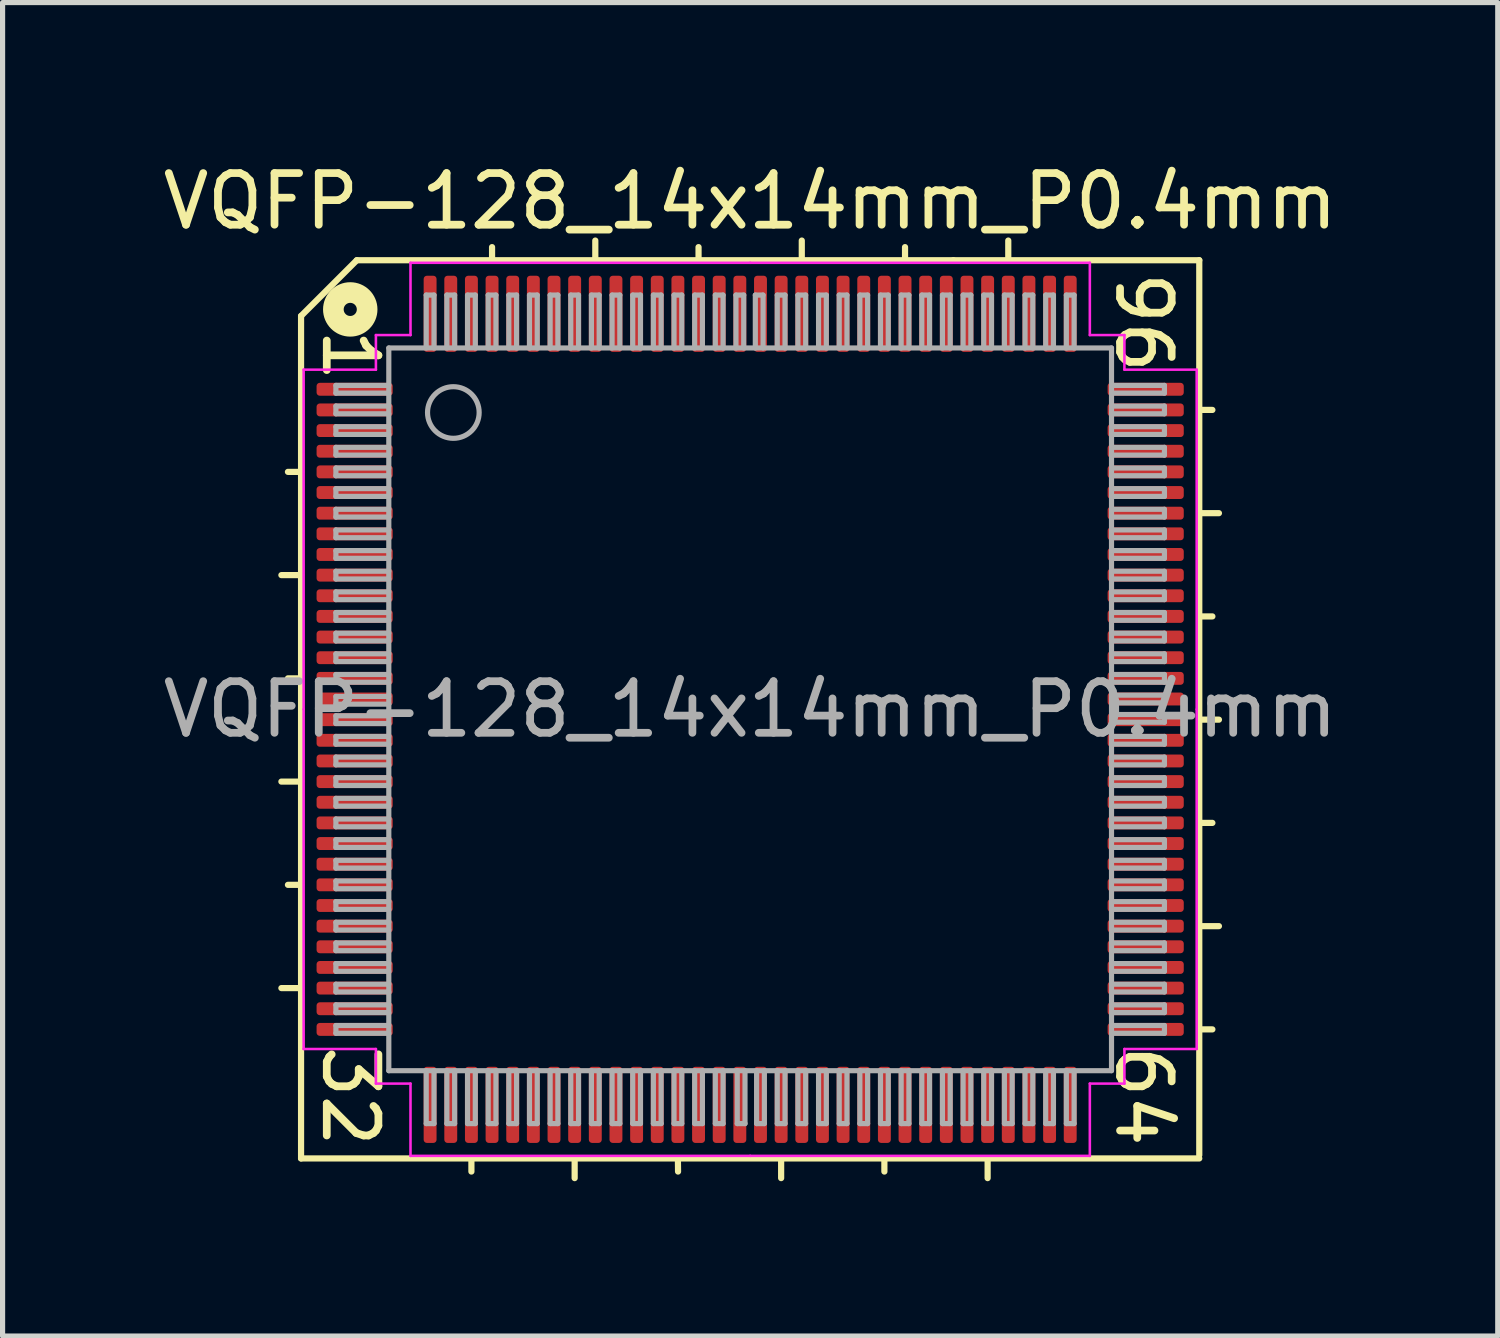
<source format=kicad_pcb>
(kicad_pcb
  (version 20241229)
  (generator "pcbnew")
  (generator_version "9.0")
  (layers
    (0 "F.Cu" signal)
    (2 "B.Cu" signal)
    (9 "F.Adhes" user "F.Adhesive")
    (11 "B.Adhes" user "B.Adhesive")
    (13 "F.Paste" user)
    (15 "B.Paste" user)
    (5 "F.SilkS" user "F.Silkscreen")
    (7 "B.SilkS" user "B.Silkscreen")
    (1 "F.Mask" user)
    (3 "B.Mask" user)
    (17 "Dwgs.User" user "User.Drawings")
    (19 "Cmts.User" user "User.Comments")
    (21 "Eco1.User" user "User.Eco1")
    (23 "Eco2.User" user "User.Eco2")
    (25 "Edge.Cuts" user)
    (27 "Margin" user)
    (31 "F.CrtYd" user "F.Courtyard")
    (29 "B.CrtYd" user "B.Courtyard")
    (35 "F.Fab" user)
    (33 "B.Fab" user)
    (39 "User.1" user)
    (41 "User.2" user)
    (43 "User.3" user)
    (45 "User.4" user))
  (footprint "VQFP-128_14x14mm_P0.4mm"
    (layer "F.Cu")
    (at 11.482 10.691)
    (property "Reference" "VQFP-128_14x14mm_P0.4mm" (at 0 -9.843 0) (layer "F.SilkS") (effects (font (size 1 1) (thickness 0.15))))
    (attr smd)
    (fp_line (start -8.7 -7.62) (end -8.7 8.7) (stroke (width 0.12) (type solid)) (layer "F.SilkS"))
    (fp_line (start -8.7 -4.6) (end -8.954 -4.6) (stroke (width 0.12) (type solid)) (layer "F.SilkS"))
    (fp_line (start -8.7 -2.6) (end -9.081 -2.6) (stroke (width 0.12) (type solid)) (layer "F.SilkS"))
    (fp_line (start -8.7 -0.6) (end -8.954 -0.6) (stroke (width 0.12) (type solid)) (layer "F.SilkS"))
    (fp_line (start -8.7 1.4) (end -9.081 1.4) (stroke (width 0.12) (type solid)) (layer "F.SilkS"))
    (fp_line (start -8.7 3.4) (end -8.954 3.4) (stroke (width 0.12) (type solid)) (layer "F.SilkS"))
    (fp_line (start -8.7 5.4) (end -9.081 5.4) (stroke (width 0.12) (type solid)) (layer "F.SilkS"))
    (fp_line (start -8.7 8.7) (end 8.7 8.7) (stroke (width 0.12) (type solid)) (layer "F.SilkS"))
    (fp_line (start -7.62 -8.7) (end -8.7 -7.62) (stroke (width 0.12) (type solid)) (layer "F.SilkS"))
    (fp_line (start -7.62 -8.7) (end 3.937 -8.7) (stroke (width 0.12) (type solid)) (layer "F.SilkS"))
    (fp_line (start -5.4 8.7) (end -5.4 8.954) (stroke (width 0.12) (type solid)) (layer "F.SilkS"))
    (fp_line (start -5 -8.7) (end -5 -8.954) (stroke (width 0.12) (type solid)) (layer "F.SilkS"))
    (fp_line (start -3.4 8.7) (end -3.4 9.081) (stroke (width 0.12) (type solid)) (layer "F.SilkS"))
    (fp_line (start -3 -8.7) (end -3 -9.081) (stroke (width 0.12) (type solid)) (layer "F.SilkS"))
    (fp_line (start -1.4 8.7) (end -1.397 8.954) (stroke (width 0.12) (type solid)) (layer "F.SilkS"))
    (fp_line (start -1 -8.7) (end -1 -8.954) (stroke (width 0.12) (type solid)) (layer "F.SilkS"))
    (fp_line (start 0.6 8.7) (end 0.6 9.081) (stroke (width 0.12) (type solid)) (layer "F.SilkS"))
    (fp_line (start 1 -8.7) (end 1 -9.081) (stroke (width 0.12) (type solid)) (layer "F.SilkS"))
    (fp_line (start 2.6 8.7) (end 2.6 8.954) (stroke (width 0.12) (type solid)) (layer "F.SilkS"))
    (fp_line (start 3 -8.7) (end 3 -8.954) (stroke (width 0.12) (type solid)) (layer "F.SilkS"))
    (fp_line (start 4.6 8.7) (end 4.6 9.081) (stroke (width 0.12) (type solid)) (layer "F.SilkS"))
    (fp_line (start 5 -8.7) (end 5 -9.081) (stroke (width 0.12) (type solid)) (layer "F.SilkS"))
    (fp_line (start 8.7 -8.7) (end 3.937 -8.7) (stroke (width 0.12) (type solid)) (layer "F.SilkS"))
    (fp_line (start 8.7 -5.8) (end 8.954 -5.8) (stroke (width 0.12) (type solid)) (layer "F.SilkS"))
    (fp_line (start 8.7 -3.8) (end 9.081 -3.8) (stroke (width 0.12) (type solid)) (layer "F.SilkS"))
    (fp_line (start 8.7 -1.8) (end 8.954 -1.8) (stroke (width 0.12) (type solid)) (layer "F.SilkS"))
    (fp_line (start 8.7 0.2) (end 9.081 0.2) (stroke (width 0.12) (type solid)) (layer "F.SilkS"))
    (fp_line (start 8.7 2.2) (end 8.954 2.2) (stroke (width 0.12) (type solid)) (layer "F.SilkS"))
    (fp_line (start 8.7 4.2) (end 9.081 4.2) (stroke (width 0.12) (type solid)) (layer "F.SilkS"))
    (fp_line (start 8.7 6.2) (end 8.954 6.2) (stroke (width 0.12) (type solid)) (layer "F.SilkS"))
    (fp_line (start 8.7 8.636) (end 8.7 -8.7) (stroke (width 0.12) (type solid)) (layer "F.SilkS"))
    (fp_circle (center -7.747 -7.747) (end -7.62 -7.747) (stroke (width 0.4) (type solid)) (fill no) (layer "F.SilkS"))
    (fp_line (start -8.65 -6.58) (end -8.65 0) (stroke (width 0.05) (type solid)) (layer "F.CrtYd"))
    (fp_line (start -8.65 6.58) (end -8.65 0) (stroke (width 0.05) (type solid)) (layer "F.CrtYd"))
    (fp_line (start -7.25 -7.25) (end -7.25 -6.58) (stroke (width 0.05) (type solid)) (layer "F.CrtYd"))
    (fp_line (start -7.25 -6.58) (end -8.65 -6.58) (stroke (width 0.05) (type solid)) (layer "F.CrtYd"))
    (fp_line (start -7.25 6.58) (end -8.65 6.58) (stroke (width 0.05) (type solid)) (layer "F.CrtYd"))
    (fp_line (start -7.25 7.25) (end -7.25 6.58) (stroke (width 0.05) (type solid)) (layer "F.CrtYd"))
    (fp_line (start -6.58 -8.65) (end -6.58 -7.25) (stroke (width 0.05) (type solid)) (layer "F.CrtYd"))
    (fp_line (start -6.58 -7.25) (end -7.25 -7.25) (stroke (width 0.05) (type solid)) (layer "F.CrtYd"))
    (fp_line (start -6.58 7.25) (end -7.25 7.25) (stroke (width 0.05) (type solid)) (layer "F.CrtYd"))
    (fp_line (start -6.58 8.65) (end -6.58 7.25) (stroke (width 0.05) (type solid)) (layer "F.CrtYd"))
    (fp_line (start 0 -8.65) (end -6.58 -8.65) (stroke (width 0.05) (type solid)) (layer "F.CrtYd"))
    (fp_line (start 0 -8.65) (end 6.58 -8.65) (stroke (width 0.05) (type solid)) (layer "F.CrtYd"))
    (fp_line (start 0 8.65) (end -6.58 8.65) (stroke (width 0.05) (type solid)) (layer "F.CrtYd"))
    (fp_line (start 0 8.65) (end 6.58 8.65) (stroke (width 0.05) (type solid)) (layer "F.CrtYd"))
    (fp_line (start 6.58 -8.65) (end 6.58 -7.25) (stroke (width 0.05) (type solid)) (layer "F.CrtYd"))
    (fp_line (start 6.58 -7.25) (end 7.25 -7.25) (stroke (width 0.05) (type solid)) (layer "F.CrtYd"))
    (fp_line (start 6.58 7.25) (end 7.25 7.25) (stroke (width 0.05) (type solid)) (layer "F.CrtYd"))
    (fp_line (start 6.58 8.65) (end 6.58 7.25) (stroke (width 0.05) (type solid)) (layer "F.CrtYd"))
    (fp_line (start 7.25 -7.25) (end 7.25 -6.58) (stroke (width 0.05) (type solid)) (layer "F.CrtYd"))
    (fp_line (start 7.25 -6.58) (end 8.65 -6.58) (stroke (width 0.05) (type solid)) (layer "F.CrtYd"))
    (fp_line (start 7.25 6.58) (end 8.65 6.58) (stroke (width 0.05) (type solid)) (layer "F.CrtYd"))
    (fp_line (start 7.25 7.25) (end 7.25 6.58) (stroke (width 0.05) (type solid)) (layer "F.CrtYd"))
    (fp_line (start 8.65 -6.58) (end 8.65 0) (stroke (width 0.05) (type solid)) (layer "F.CrtYd"))
    (fp_line (start 8.65 6.58) (end 8.65 0) (stroke (width 0.05) (type solid)) (layer "F.CrtYd"))
    (fp_line (start -8.025 -6.275) (end -8.025 -6.125) (stroke (width 0.1) (type solid)) (layer "F.Fab"))
    (fp_line (start -8.025 -6.275) (end -7 -6.275) (stroke (width 0.1) (type solid)) (layer "F.Fab"))
    (fp_line (start -8.025 -6.125) (end -7 -6.125) (stroke (width 0.1) (type solid)) (layer "F.Fab"))
    (fp_line (start -8.025 -5.875) (end -8.025 -5.725) (stroke (width 0.1) (type solid)) (layer "F.Fab"))
    (fp_line (start -8.025 -5.875) (end -7 -5.875) (stroke (width 0.1) (type solid)) (layer "F.Fab"))
    (fp_line (start -8.025 -5.725) (end -7 -5.725) (stroke (width 0.1) (type solid)) (layer "F.Fab"))
    (fp_line (start -8.025 -5.475) (end -8.025 -5.325) (stroke (width 0.1) (type solid)) (layer "F.Fab"))
    (fp_line (start -8.025 -5.475) (end -7 -5.475) (stroke (width 0.1) (type solid)) (layer "F.Fab"))
    (fp_line (start -8.025 -5.325) (end -7 -5.325) (stroke (width 0.1) (type solid)) (layer "F.Fab"))
    (fp_line (start -8.025 -5.075) (end -8.025 -4.925) (stroke (width 0.1) (type solid)) (layer "F.Fab"))
    (fp_line (start -8.025 -5.075) (end -7 -5.075) (stroke (width 0.1) (type solid)) (layer "F.Fab"))
    (fp_line (start -8.025 -4.925) (end -7 -4.925) (stroke (width 0.1) (type solid)) (layer "F.Fab"))
    (fp_line (start -8.025 -4.675) (end -8.025 -4.525) (stroke (width 0.1) (type solid)) (layer "F.Fab"))
    (fp_line (start -8.025 -4.675) (end -7 -4.675) (stroke (width 0.1) (type solid)) (layer "F.Fab"))
    (fp_line (start -8.025 -4.525) (end -7 -4.525) (stroke (width 0.1) (type solid)) (layer "F.Fab"))
    (fp_line (start -8.025 -4.275) (end -8.025 -4.125) (stroke (width 0.1) (type solid)) (layer "F.Fab"))
    (fp_line (start -8.025 -4.275) (end -7 -4.275) (stroke (width 0.1) (type solid)) (layer "F.Fab"))
    (fp_line (start -8.025 -4.125) (end -7 -4.125) (stroke (width 0.1) (type solid)) (layer "F.Fab"))
    (fp_line (start -8.025 -3.875) (end -8.025 -3.725) (stroke (width 0.1) (type solid)) (layer "F.Fab"))
    (fp_line (start -8.025 -3.875) (end -7 -3.875) (stroke (width 0.1) (type solid)) (layer "F.Fab"))
    (fp_line (start -8.025 -3.725) (end -7 -3.725) (stroke (width 0.1) (type solid)) (layer "F.Fab"))
    (fp_line (start -8.025 -3.475) (end -8.025 -3.325) (stroke (width 0.1) (type solid)) (layer "F.Fab"))
    (fp_line (start -8.025 -3.475) (end -7 -3.475) (stroke (width 0.1) (type solid)) (layer "F.Fab"))
    (fp_line (start -8.025 -3.325) (end -7 -3.325) (stroke (width 0.1) (type solid)) (layer "F.Fab"))
    (fp_line (start -8.025 -3.075) (end -8.025 -2.925) (stroke (width 0.1) (type solid)) (layer "F.Fab"))
    (fp_line (start -8.025 -3.075) (end -7 -3.075) (stroke (width 0.1) (type solid)) (layer "F.Fab"))
    (fp_line (start -8.025 -2.925) (end -7 -2.925) (stroke (width 0.1) (type solid)) (layer "F.Fab"))
    (fp_line (start -8.025 -2.675) (end -8.025 -2.525) (stroke (width 0.1) (type solid)) (layer "F.Fab"))
    (fp_line (start -8.025 -2.675) (end -7 -2.675) (stroke (width 0.1) (type solid)) (layer "F.Fab"))
    (fp_line (start -8.025 -2.525) (end -7 -2.525) (stroke (width 0.1) (type solid)) (layer "F.Fab"))
    (fp_line (start -8.025 -2.275) (end -8.025 -2.125) (stroke (width 0.1) (type solid)) (layer "F.Fab"))
    (fp_line (start -8.025 -2.275) (end -7 -2.275) (stroke (width 0.1) (type solid)) (layer "F.Fab"))
    (fp_line (start -8.025 -2.125) (end -7 -2.125) (stroke (width 0.1) (type solid)) (layer "F.Fab"))
    (fp_line (start -8.025 -1.875) (end -8.025 -1.725) (stroke (width 0.1) (type solid)) (layer "F.Fab"))
    (fp_line (start -8.025 -1.875) (end -7 -1.875) (stroke (width 0.1) (type solid)) (layer "F.Fab"))
    (fp_line (start -8.025 -1.725) (end -7 -1.725) (stroke (width 0.1) (type solid)) (layer "F.Fab"))
    (fp_line (start -8.025 -1.475) (end -8.025 -1.325) (stroke (width 0.1) (type solid)) (layer "F.Fab"))
    (fp_line (start -8.025 -1.475) (end -7 -1.475) (stroke (width 0.1) (type solid)) (layer "F.Fab"))
    (fp_line (start -8.025 -1.325) (end -7 -1.325) (stroke (width 0.1) (type solid)) (layer "F.Fab"))
    (fp_line (start -8.025 -1.075) (end -8.025 -0.925) (stroke (width 0.1) (type solid)) (layer "F.Fab"))
    (fp_line (start -8.025 -1.075) (end -7 -1.075) (stroke (width 0.1) (type solid)) (layer "F.Fab"))
    (fp_line (start -8.025 -0.925) (end -7 -0.925) (stroke (width 0.1) (type solid)) (layer "F.Fab"))
    (fp_line (start -8.025 -0.675) (end -8.025 -0.525) (stroke (width 0.1) (type solid)) (layer "F.Fab"))
    (fp_line (start -8.025 -0.675) (end -7 -0.675) (stroke (width 0.1) (type solid)) (layer "F.Fab"))
    (fp_line (start -8.025 -0.525) (end -7 -0.525) (stroke (width 0.1) (type solid)) (layer "F.Fab"))
    (fp_line (start -8.025 -0.25) (end -8.025 -0.1) (stroke (width 0.1) (type solid)) (layer "F.Fab"))
    (fp_line (start -8.025 -0.25) (end -7 -0.25) (stroke (width 0.1) (type solid)) (layer "F.Fab"))
    (fp_line (start -8.025 -0.1) (end -7 -0.1) (stroke (width 0.1) (type solid)) (layer "F.Fab"))
    (fp_line (start -8.025 0.125) (end -8.025 0.275) (stroke (width 0.1) (type solid)) (layer "F.Fab"))
    (fp_line (start -8.025 0.125) (end -7 0.125) (stroke (width 0.1) (type solid)) (layer "F.Fab"))
    (fp_line (start -8.025 0.275) (end -7 0.275) (stroke (width 0.1) (type solid)) (layer "F.Fab"))
    (fp_line (start -8.025 0.525) (end -8.025 0.675) (stroke (width 0.1) (type solid)) (layer "F.Fab"))
    (fp_line (start -8.025 0.525) (end -7 0.525) (stroke (width 0.1) (type solid)) (layer "F.Fab"))
    (fp_line (start -8.025 0.675) (end -7 0.675) (stroke (width 0.1) (type solid)) (layer "F.Fab"))
    (fp_line (start -8.025 0.925) (end -8.025 1.075) (stroke (width 0.1) (type solid)) (layer "F.Fab"))
    (fp_line (start -8.025 0.925) (end -7 0.925) (stroke (width 0.1) (type solid)) (layer "F.Fab"))
    (fp_line (start -8.025 1.075) (end -7 1.075) (stroke (width 0.1) (type solid)) (layer "F.Fab"))
    (fp_line (start -8.025 1.325) (end -8.025 1.475) (stroke (width 0.1) (type solid)) (layer "F.Fab"))
    (fp_line (start -8.025 1.325) (end -7 1.325) (stroke (width 0.1) (type solid)) (layer "F.Fab"))
    (fp_line (start -8.025 1.475) (end -7 1.475) (stroke (width 0.1) (type solid)) (layer "F.Fab"))
    (fp_line (start -8.025 1.725) (end -8.025 1.875) (stroke (width 0.1) (type solid)) (layer "F.Fab"))
    (fp_line (start -8.025 1.725) (end -7 1.725) (stroke (width 0.1) (type solid)) (layer "F.Fab"))
    (fp_line (start -8.025 1.875) (end -7 1.875) (stroke (width 0.1) (type solid)) (layer "F.Fab"))
    (fp_line (start -8.025 2.125) (end -8.025 2.275) (stroke (width 0.1) (type solid)) (layer "F.Fab"))
    (fp_line (start -8.025 2.125) (end -7 2.125) (stroke (width 0.1) (type solid)) (layer "F.Fab"))
    (fp_line (start -8.025 2.275) (end -7 2.275) (stroke (width 0.1) (type solid)) (layer "F.Fab"))
    (fp_line (start -8.025 2.525) (end -8.025 2.675) (stroke (width 0.1) (type solid)) (layer "F.Fab"))
    (fp_line (start -8.025 2.525) (end -7 2.525) (stroke (width 0.1) (type solid)) (layer "F.Fab"))
    (fp_line (start -8.025 2.675) (end -7 2.675) (stroke (width 0.1) (type solid)) (layer "F.Fab"))
    (fp_line (start -8.025 2.925) (end -8.025 3.075) (stroke (width 0.1) (type solid)) (layer "F.Fab"))
    (fp_line (start -8.025 2.925) (end -7 2.925) (stroke (width 0.1) (type solid)) (layer "F.Fab"))
    (fp_line (start -8.025 3.075) (end -7 3.075) (stroke (width 0.1) (type solid)) (layer "F.Fab"))
    (fp_line (start -8.025 3.325) (end -8.025 3.475) (stroke (width 0.1) (type solid)) (layer "F.Fab"))
    (fp_line (start -8.025 3.325) (end -7 3.325) (stroke (width 0.1) (type solid)) (layer "F.Fab"))
    (fp_line (start -8.025 3.475) (end -7 3.475) (stroke (width 0.1) (type solid)) (layer "F.Fab"))
    (fp_line (start -8.025 3.725) (end -8.025 3.875) (stroke (width 0.1) (type solid)) (layer "F.Fab"))
    (fp_line (start -8.025 3.725) (end -7 3.725) (stroke (width 0.1) (type solid)) (layer "F.Fab"))
    (fp_line (start -8.025 3.875) (end -7 3.875) (stroke (width 0.1) (type solid)) (layer "F.Fab"))
    (fp_line (start -8.025 4.125) (end -8.025 4.275) (stroke (width 0.1) (type solid)) (layer "F.Fab"))
    (fp_line (start -8.025 4.125) (end -7 4.125) (stroke (width 0.1) (type solid)) (layer "F.Fab"))
    (fp_line (start -8.025 4.275) (end -7 4.275) (stroke (width 0.1) (type solid)) (layer "F.Fab"))
    (fp_line (start -8.025 4.525) (end -8.025 4.675) (stroke (width 0.1) (type solid)) (layer "F.Fab"))
    (fp_line (start -8.025 4.525) (end -7 4.525) (stroke (width 0.1) (type solid)) (layer "F.Fab"))
    (fp_line (start -8.025 4.675) (end -7 4.675) (stroke (width 0.1) (type solid)) (layer "F.Fab"))
    (fp_line (start -8.025 4.925) (end -8.025 5.075) (stroke (width 0.1) (type solid)) (layer "F.Fab"))
    (fp_line (start -8.025 4.925) (end -7 4.925) (stroke (width 0.1) (type solid)) (layer "F.Fab"))
    (fp_line (start -8.025 5.075) (end -7 5.075) (stroke (width 0.1) (type solid)) (layer "F.Fab"))
    (fp_line (start -8.025 5.325) (end -8.025 5.475) (stroke (width 0.1) (type solid)) (layer "F.Fab"))
    (fp_line (start -8.025 5.325) (end -7 5.325) (stroke (width 0.1) (type solid)) (layer "F.Fab"))
    (fp_line (start -8.025 5.475) (end -7 5.475) (stroke (width 0.1) (type solid)) (layer "F.Fab"))
    (fp_line (start -8.025 5.725) (end -8.025 5.875) (stroke (width 0.1) (type solid)) (layer "F.Fab"))
    (fp_line (start -8.025 5.725) (end -7 5.725) (stroke (width 0.1) (type solid)) (layer "F.Fab"))
    (fp_line (start -8.025 5.875) (end -7 5.875) (stroke (width 0.1) (type solid)) (layer "F.Fab"))
    (fp_line (start -8.025 6.125) (end -8.025 6.275) (stroke (width 0.1) (type solid)) (layer "F.Fab"))
    (fp_line (start -8.025 6.125) (end -7 6.125) (stroke (width 0.1) (type solid)) (layer "F.Fab"))
    (fp_line (start -8.025 6.275) (end -7 6.275) (stroke (width 0.1) (type solid)) (layer "F.Fab"))
    (fp_line (start -7 -7) (end 7 -7) (stroke (width 0.1) (type solid)) (layer "F.Fab"))
    (fp_line (start -7 7) (end -7 -7) (stroke (width 0.1) (type solid)) (layer "F.Fab"))
    (fp_line (start -6.275 -8.025) (end -6.275 -7) (stroke (width 0.1) (type solid)) (layer "F.Fab"))
    (fp_line (start -6.275 8.025) (end -6.275 7) (stroke (width 0.1) (type solid)) (layer "F.Fab"))
    (fp_line (start -6.275 8.025) (end -6.125 8.025) (stroke (width 0.1) (type solid)) (layer "F.Fab"))
    (fp_line (start -6.125 -8.025) (end -6.275 -8.025) (stroke (width 0.1) (type solid)) (layer "F.Fab"))
    (fp_line (start -6.125 -8.025) (end -6.125 -7) (stroke (width 0.1) (type solid)) (layer "F.Fab"))
    (fp_line (start -6.125 8.025) (end -6.125 7) (stroke (width 0.1) (type solid)) (layer "F.Fab"))
    (fp_line (start -5.875 -8.025) (end -5.875 -7) (stroke (width 0.1) (type solid)) (layer "F.Fab"))
    (fp_line (start -5.875 8.025) (end -5.875 7) (stroke (width 0.1) (type solid)) (layer "F.Fab"))
    (fp_line (start -5.875 8.025) (end -5.725 8.025) (stroke (width 0.1) (type solid)) (layer "F.Fab"))
    (fp_line (start -5.725 -8.025) (end -5.875 -8.025) (stroke (width 0.1) (type solid)) (layer "F.Fab"))
    (fp_line (start -5.725 -8.025) (end -5.725 -7) (stroke (width 0.1) (type solid)) (layer "F.Fab"))
    (fp_line (start -5.725 8.025) (end -5.725 7) (stroke (width 0.1) (type solid)) (layer "F.Fab"))
    (fp_line (start -5.475 -8.025) (end -5.475 -7) (stroke (width 0.1) (type solid)) (layer "F.Fab"))
    (fp_line (start -5.475 8.025) (end -5.475 7) (stroke (width 0.1) (type solid)) (layer "F.Fab"))
    (fp_line (start -5.475 8.025) (end -5.325 8.025) (stroke (width 0.1) (type solid)) (layer "F.Fab"))
    (fp_line (start -5.325 -8.025) (end -5.475 -8.025) (stroke (width 0.1) (type solid)) (layer "F.Fab"))
    (fp_line (start -5.325 -8.025) (end -5.325 -7) (stroke (width 0.1) (type solid)) (layer "F.Fab"))
    (fp_line (start -5.325 8.025) (end -5.325 7) (stroke (width 0.1) (type solid)) (layer "F.Fab"))
    (fp_line (start -5.075 -8.025) (end -5.075 -7) (stroke (width 0.1) (type solid)) (layer "F.Fab"))
    (fp_line (start -5.075 8.025) (end -5.075 7) (stroke (width 0.1) (type solid)) (layer "F.Fab"))
    (fp_line (start -5.075 8.025) (end -4.925 8.025) (stroke (width 0.1) (type solid)) (layer "F.Fab"))
    (fp_line (start -4.925 -8.025) (end -5.075 -8.025) (stroke (width 0.1) (type solid)) (layer "F.Fab"))
    (fp_line (start -4.925 -8.025) (end -4.925 -7) (stroke (width 0.1) (type solid)) (layer "F.Fab"))
    (fp_line (start -4.925 8.025) (end -4.925 7) (stroke (width 0.1) (type solid)) (layer "F.Fab"))
    (fp_line (start -4.675 -8.025) (end -4.675 -7) (stroke (width 0.1) (type solid)) (layer "F.Fab"))
    (fp_line (start -4.675 8.025) (end -4.675 7) (stroke (width 0.1) (type solid)) (layer "F.Fab"))
    (fp_line (start -4.675 8.025) (end -4.525 8.025) (stroke (width 0.1) (type solid)) (layer "F.Fab"))
    (fp_line (start -4.525 -8.025) (end -4.675 -8.025) (stroke (width 0.1) (type solid)) (layer "F.Fab"))
    (fp_line (start -4.525 -8.025) (end -4.525 -7) (stroke (width 0.1) (type solid)) (layer "F.Fab"))
    (fp_line (start -4.525 8.025) (end -4.525 7) (stroke (width 0.1) (type solid)) (layer "F.Fab"))
    (fp_line (start -4.275 -8.025) (end -4.275 -7) (stroke (width 0.1) (type solid)) (layer "F.Fab"))
    (fp_line (start -4.275 8.025) (end -4.275 7) (stroke (width 0.1) (type solid)) (layer "F.Fab"))
    (fp_line (start -4.275 8.025) (end -4.125 8.025) (stroke (width 0.1) (type solid)) (layer "F.Fab"))
    (fp_line (start -4.125 -8.025) (end -4.275 -8.025) (stroke (width 0.1) (type solid)) (layer "F.Fab"))
    (fp_line (start -4.125 -8.025) (end -4.125 -7) (stroke (width 0.1) (type solid)) (layer "F.Fab"))
    (fp_line (start -4.125 8.025) (end -4.125 7) (stroke (width 0.1) (type solid)) (layer "F.Fab"))
    (fp_line (start -3.875 -8.025) (end -3.875 -7) (stroke (width 0.1) (type solid)) (layer "F.Fab"))
    (fp_line (start -3.875 8.025) (end -3.875 7) (stroke (width 0.1) (type solid)) (layer "F.Fab"))
    (fp_line (start -3.875 8.025) (end -3.725 8.025) (stroke (width 0.1) (type solid)) (layer "F.Fab"))
    (fp_line (start -3.725 -8.025) (end -3.875 -8.025) (stroke (width 0.1) (type solid)) (layer "F.Fab"))
    (fp_line (start -3.725 -8.025) (end -3.725 -7) (stroke (width 0.1) (type solid)) (layer "F.Fab"))
    (fp_line (start -3.725 8.025) (end -3.725 7) (stroke (width 0.1) (type solid)) (layer "F.Fab"))
    (fp_line (start -3.475 -8.025) (end -3.475 -7) (stroke (width 0.1) (type solid)) (layer "F.Fab"))
    (fp_line (start -3.475 8.025) (end -3.475 7) (stroke (width 0.1) (type solid)) (layer "F.Fab"))
    (fp_line (start -3.475 8.025) (end -3.325 8.025) (stroke (width 0.1) (type solid)) (layer "F.Fab"))
    (fp_line (start -3.325 -8.025) (end -3.475 -8.025) (stroke (width 0.1) (type solid)) (layer "F.Fab"))
    (fp_line (start -3.325 -8.025) (end -3.325 -7) (stroke (width 0.1) (type solid)) (layer "F.Fab"))
    (fp_line (start -3.325 8.025) (end -3.325 7) (stroke (width 0.1) (type solid)) (layer "F.Fab"))
    (fp_line (start -3.075 -8.025) (end -3.075 -7) (stroke (width 0.1) (type solid)) (layer "F.Fab"))
    (fp_line (start -3.075 8.025) (end -3.075 7) (stroke (width 0.1) (type solid)) (layer "F.Fab"))
    (fp_line (start -3.075 8.025) (end -2.925 8.025) (stroke (width 0.1) (type solid)) (layer "F.Fab"))
    (fp_line (start -2.925 -8.025) (end -3.075 -8.025) (stroke (width 0.1) (type solid)) (layer "F.Fab"))
    (fp_line (start -2.925 -8.025) (end -2.925 -7) (stroke (width 0.1) (type solid)) (layer "F.Fab"))
    (fp_line (start -2.925 8.025) (end -2.925 7) (stroke (width 0.1) (type solid)) (layer "F.Fab"))
    (fp_line (start -2.675 -8.025) (end -2.675 -7) (stroke (width 0.1) (type solid)) (layer "F.Fab"))
    (fp_line (start -2.675 8.025) (end -2.675 7) (stroke (width 0.1) (type solid)) (layer "F.Fab"))
    (fp_line (start -2.675 8.025) (end -2.525 8.025) (stroke (width 0.1) (type solid)) (layer "F.Fab"))
    (fp_line (start -2.525 -8.025) (end -2.675 -8.025) (stroke (width 0.1) (type solid)) (layer "F.Fab"))
    (fp_line (start -2.525 -8.025) (end -2.525 -7) (stroke (width 0.1) (type solid)) (layer "F.Fab"))
    (fp_line (start -2.525 8.025) (end -2.525 7) (stroke (width 0.1) (type solid)) (layer "F.Fab"))
    (fp_line (start -2.275 -8.025) (end -2.275 -7) (stroke (width 0.1) (type solid)) (layer "F.Fab"))
    (fp_line (start -2.275 8.025) (end -2.275 7) (stroke (width 0.1) (type solid)) (layer "F.Fab"))
    (fp_line (start -2.275 8.025) (end -2.125 8.025) (stroke (width 0.1) (type solid)) (layer "F.Fab"))
    (fp_line (start -2.125 -8.025) (end -2.275 -8.025) (stroke (width 0.1) (type solid)) (layer "F.Fab"))
    (fp_line (start -2.125 -8.025) (end -2.125 -7) (stroke (width 0.1) (type solid)) (layer "F.Fab"))
    (fp_line (start -2.125 8.025) (end -2.125 7) (stroke (width 0.1) (type solid)) (layer "F.Fab"))
    (fp_line (start -1.875 -8.025) (end -1.875 -7) (stroke (width 0.1) (type solid)) (layer "F.Fab"))
    (fp_line (start -1.875 8.025) (end -1.875 7) (stroke (width 0.1) (type solid)) (layer "F.Fab"))
    (fp_line (start -1.875 8.025) (end -1.725 8.025) (stroke (width 0.1) (type solid)) (layer "F.Fab"))
    (fp_line (start -1.725 -8.025) (end -1.875 -8.025) (stroke (width 0.1) (type solid)) (layer "F.Fab"))
    (fp_line (start -1.725 -8.025) (end -1.725 -7) (stroke (width 0.1) (type solid)) (layer "F.Fab"))
    (fp_line (start -1.725 8.025) (end -1.725 7) (stroke (width 0.1) (type solid)) (layer "F.Fab"))
    (fp_line (start -1.475 -8.025) (end -1.475 -7) (stroke (width 0.1) (type solid)) (layer "F.Fab"))
    (fp_line (start -1.475 8.025) (end -1.475 7) (stroke (width 0.1) (type solid)) (layer "F.Fab"))
    (fp_line (start -1.475 8.025) (end -1.325 8.025) (stroke (width 0.1) (type solid)) (layer "F.Fab"))
    (fp_line (start -1.325 -8.025) (end -1.475 -8.025) (stroke (width 0.1) (type solid)) (layer "F.Fab"))
    (fp_line (start -1.325 -8.025) (end -1.325 -7) (stroke (width 0.1) (type solid)) (layer "F.Fab"))
    (fp_line (start -1.325 8.025) (end -1.325 7) (stroke (width 0.1) (type solid)) (layer "F.Fab"))
    (fp_line (start -1.075 -8.025) (end -1.075 -7) (stroke (width 0.1) (type solid)) (layer "F.Fab"))
    (fp_line (start -1.075 8.025) (end -1.075 7) (stroke (width 0.1) (type solid)) (layer "F.Fab"))
    (fp_line (start -1.075 8.025) (end -0.925 8.025) (stroke (width 0.1) (type solid)) (layer "F.Fab"))
    (fp_line (start -0.925 -8.025) (end -1.075 -8.025) (stroke (width 0.1) (type solid)) (layer "F.Fab"))
    (fp_line (start -0.925 -8.025) (end -0.925 -7) (stroke (width 0.1) (type solid)) (layer "F.Fab"))
    (fp_line (start -0.925 8.025) (end -0.925 7) (stroke (width 0.1) (type solid)) (layer "F.Fab"))
    (fp_line (start -0.675 -8.025) (end -0.675 -7) (stroke (width 0.1) (type solid)) (layer "F.Fab"))
    (fp_line (start -0.675 8.025) (end -0.675 7) (stroke (width 0.1) (type solid)) (layer "F.Fab"))
    (fp_line (start -0.675 8.025) (end -0.525 8.025) (stroke (width 0.1) (type solid)) (layer "F.Fab"))
    (fp_line (start -0.525 -8.025) (end -0.675 -8.025) (stroke (width 0.1) (type solid)) (layer "F.Fab"))
    (fp_line (start -0.525 -8.025) (end -0.525 -7) (stroke (width 0.1) (type solid)) (layer "F.Fab"))
    (fp_line (start -0.525 8.025) (end -0.525 7) (stroke (width 0.1) (type solid)) (layer "F.Fab"))
    (fp_line (start -0.275 -8.025) (end -0.275 -7) (stroke (width 0.1) (type solid)) (layer "F.Fab"))
    (fp_line (start -0.25 8.025) (end -0.25 7) (stroke (width 0.1) (type solid)) (layer "F.Fab"))
    (fp_line (start -0.25 8.025) (end -0.1 8.025) (stroke (width 0.1) (type solid)) (layer "F.Fab"))
    (fp_line (start -0.125 -8.025) (end -0.275 -8.025) (stroke (width 0.1) (type solid)) (layer "F.Fab"))
    (fp_line (start -0.125 -8.025) (end -0.125 -7) (stroke (width 0.1) (type solid)) (layer "F.Fab"))
    (fp_line (start -0.1 8.025) (end -0.1 7) (stroke (width 0.1) (type solid)) (layer "F.Fab"))
    (fp_line (start 0.1 -8.025) (end 0.1 -7) (stroke (width 0.1) (type solid)) (layer "F.Fab"))
    (fp_line (start 0.125 8.025) (end 0.125 7) (stroke (width 0.1) (type solid)) (layer "F.Fab"))
    (fp_line (start 0.125 8.025) (end 0.275 8.025) (stroke (width 0.1) (type solid)) (layer "F.Fab"))
    (fp_line (start 0.25 -8.025) (end 0.1 -8.025) (stroke (width 0.1) (type solid)) (layer "F.Fab"))
    (fp_line (start 0.25 -8.025) (end 0.25 -7) (stroke (width 0.1) (type solid)) (layer "F.Fab"))
    (fp_line (start 0.275 8.025) (end 0.275 7) (stroke (width 0.1) (type solid)) (layer "F.Fab"))
    (fp_line (start 0.525 -8.025) (end 0.525 -7) (stroke (width 0.1) (type solid)) (layer "F.Fab"))
    (fp_line (start 0.525 8.025) (end 0.525 7) (stroke (width 0.1) (type solid)) (layer "F.Fab"))
    (fp_line (start 0.525 8.025) (end 0.675 8.025) (stroke (width 0.1) (type solid)) (layer "F.Fab"))
    (fp_line (start 0.675 -8.025) (end 0.525 -8.025) (stroke (width 0.1) (type solid)) (layer "F.Fab"))
    (fp_line (start 0.675 -8.025) (end 0.675 -7) (stroke (width 0.1) (type solid)) (layer "F.Fab"))
    (fp_line (start 0.675 8.025) (end 0.675 7) (stroke (width 0.1) (type solid)) (layer "F.Fab"))
    (fp_line (start 0.925 -8.025) (end 0.925 -7) (stroke (width 0.1) (type solid)) (layer "F.Fab"))
    (fp_line (start 0.925 8.025) (end 0.925 7) (stroke (width 0.1) (type solid)) (layer "F.Fab"))
    (fp_line (start 0.925 8.025) (end 1.075 8.025) (stroke (width 0.1) (type solid)) (layer "F.Fab"))
    (fp_line (start 1.075 -8.025) (end 0.925 -8.025) (stroke (width 0.1) (type solid)) (layer "F.Fab"))
    (fp_line (start 1.075 -8.025) (end 1.075 -7) (stroke (width 0.1) (type solid)) (layer "F.Fab"))
    (fp_line (start 1.075 8.025) (end 1.075 7) (stroke (width 0.1) (type solid)) (layer "F.Fab"))
    (fp_line (start 1.325 -8.025) (end 1.325 -7) (stroke (width 0.1) (type solid)) (layer "F.Fab"))
    (fp_line (start 1.325 8.025) (end 1.325 7) (stroke (width 0.1) (type solid)) (layer "F.Fab"))
    (fp_line (start 1.325 8.025) (end 1.475 8.025) (stroke (width 0.1) (type solid)) (layer "F.Fab"))
    (fp_line (start 1.475 -8.025) (end 1.325 -8.025) (stroke (width 0.1) (type solid)) (layer "F.Fab"))
    (fp_line (start 1.475 -8.025) (end 1.475 -7) (stroke (width 0.1) (type solid)) (layer "F.Fab"))
    (fp_line (start 1.475 8.025) (end 1.475 7) (stroke (width 0.1) (type solid)) (layer "F.Fab"))
    (fp_line (start 1.725 -8.025) (end 1.725 -7) (stroke (width 0.1) (type solid)) (layer "F.Fab"))
    (fp_line (start 1.725 8.025) (end 1.725 7) (stroke (width 0.1) (type solid)) (layer "F.Fab"))
    (fp_line (start 1.725 8.025) (end 1.875 8.025) (stroke (width 0.1) (type solid)) (layer "F.Fab"))
    (fp_line (start 1.875 -8.025) (end 1.725 -8.025) (stroke (width 0.1) (type solid)) (layer "F.Fab"))
    (fp_line (start 1.875 -8.025) (end 1.875 -7) (stroke (width 0.1) (type solid)) (layer "F.Fab"))
    (fp_line (start 1.875 8.025) (end 1.875 7) (stroke (width 0.1) (type solid)) (layer "F.Fab"))
    (fp_line (start 2.125 -8.025) (end 2.125 -7) (stroke (width 0.1) (type solid)) (layer "F.Fab"))
    (fp_line (start 2.125 8.025) (end 2.125 7) (stroke (width 0.1) (type solid)) (layer "F.Fab"))
    (fp_line (start 2.125 8.025) (end 2.275 8.025) (stroke (width 0.1) (type solid)) (layer "F.Fab"))
    (fp_line (start 2.275 -8.025) (end 2.125 -8.025) (stroke (width 0.1) (type solid)) (layer "F.Fab"))
    (fp_line (start 2.275 -8.025) (end 2.275 -7) (stroke (width 0.1) (type solid)) (layer "F.Fab"))
    (fp_line (start 2.275 8.025) (end 2.275 7) (stroke (width 0.1) (type solid)) (layer "F.Fab"))
    (fp_line (start 2.525 -8.025) (end 2.525 -7) (stroke (width 0.1) (type solid)) (layer "F.Fab"))
    (fp_line (start 2.525 8.025) (end 2.525 7) (stroke (width 0.1) (type solid)) (layer "F.Fab"))
    (fp_line (start 2.525 8.025) (end 2.675 8.025) (stroke (width 0.1) (type solid)) (layer "F.Fab"))
    (fp_line (start 2.675 -8.025) (end 2.525 -8.025) (stroke (width 0.1) (type solid)) (layer "F.Fab"))
    (fp_line (start 2.675 -8.025) (end 2.675 -7) (stroke (width 0.1) (type solid)) (layer "F.Fab"))
    (fp_line (start 2.675 8.025) (end 2.675 7) (stroke (width 0.1) (type solid)) (layer "F.Fab"))
    (fp_line (start 2.925 -8.025) (end 2.925 -7) (stroke (width 0.1) (type solid)) (layer "F.Fab"))
    (fp_line (start 2.925 8.025) (end 2.925 7) (stroke (width 0.1) (type solid)) (layer "F.Fab"))
    (fp_line (start 2.925 8.025) (end 3.075 8.025) (stroke (width 0.1) (type solid)) (layer "F.Fab"))
    (fp_line (start 3.075 -8.025) (end 2.925 -8.025) (stroke (width 0.1) (type solid)) (layer "F.Fab"))
    (fp_line (start 3.075 -8.025) (end 3.075 -7) (stroke (width 0.1) (type solid)) (layer "F.Fab"))
    (fp_line (start 3.075 8.025) (end 3.075 7) (stroke (width 0.1) (type solid)) (layer "F.Fab"))
    (fp_line (start 3.325 -8.025) (end 3.325 -7) (stroke (width 0.1) (type solid)) (layer "F.Fab"))
    (fp_line (start 3.325 8.025) (end 3.325 7) (stroke (width 0.1) (type solid)) (layer "F.Fab"))
    (fp_line (start 3.325 8.025) (end 3.475 8.025) (stroke (width 0.1) (type solid)) (layer "F.Fab"))
    (fp_line (start 3.475 -8.025) (end 3.325 -8.025) (stroke (width 0.1) (type solid)) (layer "F.Fab"))
    (fp_line (start 3.475 -8.025) (end 3.475 -7) (stroke (width 0.1) (type solid)) (layer "F.Fab"))
    (fp_line (start 3.475 8.025) (end 3.475 7) (stroke (width 0.1) (type solid)) (layer "F.Fab"))
    (fp_line (start 3.725 -8.025) (end 3.725 -7) (stroke (width 0.1) (type solid)) (layer "F.Fab"))
    (fp_line (start 3.725 8.025) (end 3.725 7) (stroke (width 0.1) (type solid)) (layer "F.Fab"))
    (fp_line (start 3.725 8.025) (end 3.875 8.025) (stroke (width 0.1) (type solid)) (layer "F.Fab"))
    (fp_line (start 3.875 -8.025) (end 3.725 -8.025) (stroke (width 0.1) (type solid)) (layer "F.Fab"))
    (fp_line (start 3.875 -8.025) (end 3.875 -7) (stroke (width 0.1) (type solid)) (layer "F.Fab"))
    (fp_line (start 3.875 8.025) (end 3.875 7) (stroke (width 0.1) (type solid)) (layer "F.Fab"))
    (fp_line (start 4.125 -8.025) (end 4.125 -7) (stroke (width 0.1) (type solid)) (layer "F.Fab"))
    (fp_line (start 4.125 8.025) (end 4.125 7) (stroke (width 0.1) (type solid)) (layer "F.Fab"))
    (fp_line (start 4.125 8.025) (end 4.275 8.025) (stroke (width 0.1) (type solid)) (layer "F.Fab"))
    (fp_line (start 4.275 -8.025) (end 4.125 -8.025) (stroke (width 0.1) (type solid)) (layer "F.Fab"))
    (fp_line (start 4.275 -8.025) (end 4.275 -7) (stroke (width 0.1) (type solid)) (layer "F.Fab"))
    (fp_line (start 4.275 8.025) (end 4.275 7) (stroke (width 0.1) (type solid)) (layer "F.Fab"))
    (fp_line (start 4.525 -8.025) (end 4.525 -7) (stroke (width 0.1) (type solid)) (layer "F.Fab"))
    (fp_line (start 4.525 8.025) (end 4.525 7) (stroke (width 0.1) (type solid)) (layer "F.Fab"))
    (fp_line (start 4.525 8.025) (end 4.675 8.025) (stroke (width 0.1) (type solid)) (layer "F.Fab"))
    (fp_line (start 4.675 -8.025) (end 4.525 -8.025) (stroke (width 0.1) (type solid)) (layer "F.Fab"))
    (fp_line (start 4.675 -8.025) (end 4.675 -7) (stroke (width 0.1) (type solid)) (layer "F.Fab"))
    (fp_line (start 4.675 8.025) (end 4.675 7) (stroke (width 0.1) (type solid)) (layer "F.Fab"))
    (fp_line (start 4.925 -8.025) (end 4.925 -7) (stroke (width 0.1) (type solid)) (layer "F.Fab"))
    (fp_line (start 4.925 8.025) (end 4.925 7) (stroke (width 0.1) (type solid)) (layer "F.Fab"))
    (fp_line (start 4.925 8.025) (end 5.075 8.025) (stroke (width 0.1) (type solid)) (layer "F.Fab"))
    (fp_line (start 5.075 -8.025) (end 4.925 -8.025) (stroke (width 0.1) (type solid)) (layer "F.Fab"))
    (fp_line (start 5.075 -8.025) (end 5.075 -7) (stroke (width 0.1) (type solid)) (layer "F.Fab"))
    (fp_line (start 5.075 8.025) (end 5.075 7) (stroke (width 0.1) (type solid)) (layer "F.Fab"))
    (fp_line (start 5.325 -8.025) (end 5.325 -7) (stroke (width 0.1) (type solid)) (layer "F.Fab"))
    (fp_line (start 5.325 8.025) (end 5.325 7) (stroke (width 0.1) (type solid)) (layer "F.Fab"))
    (fp_line (start 5.325 8.025) (end 5.475 8.025) (stroke (width 0.1) (type solid)) (layer "F.Fab"))
    (fp_line (start 5.475 -8.025) (end 5.325 -8.025) (stroke (width 0.1) (type solid)) (layer "F.Fab"))
    (fp_line (start 5.475 -8.025) (end 5.475 -7) (stroke (width 0.1) (type solid)) (layer "F.Fab"))
    (fp_line (start 5.475 8.025) (end 5.475 7) (stroke (width 0.1) (type solid)) (layer "F.Fab"))
    (fp_line (start 5.725 -8.025) (end 5.725 -7) (stroke (width 0.1) (type solid)) (layer "F.Fab"))
    (fp_line (start 5.725 8.025) (end 5.725 7) (stroke (width 0.1) (type solid)) (layer "F.Fab"))
    (fp_line (start 5.725 8.025) (end 5.875 8.025) (stroke (width 0.1) (type solid)) (layer "F.Fab"))
    (fp_line (start 5.875 -8.025) (end 5.725 -8.025) (stroke (width 0.1) (type solid)) (layer "F.Fab"))
    (fp_line (start 5.875 -8.025) (end 5.875 -7) (stroke (width 0.1) (type solid)) (layer "F.Fab"))
    (fp_line (start 5.875 8.025) (end 5.875 7) (stroke (width 0.1) (type solid)) (layer "F.Fab"))
    (fp_line (start 6.125 -8.025) (end 6.125 -7) (stroke (width 0.1) (type solid)) (layer "F.Fab"))
    (fp_line (start 6.125 8.025) (end 6.125 7) (stroke (width 0.1) (type solid)) (layer "F.Fab"))
    (fp_line (start 6.125 8.025) (end 6.275 8.025) (stroke (width 0.1) (type solid)) (layer "F.Fab"))
    (fp_line (start 6.275 -8.025) (end 6.125 -8.025) (stroke (width 0.1) (type solid)) (layer "F.Fab"))
    (fp_line (start 6.275 -8.025) (end 6.275 -7) (stroke (width 0.1) (type solid)) (layer "F.Fab"))
    (fp_line (start 6.275 8.025) (end 6.275 7) (stroke (width 0.1) (type solid)) (layer "F.Fab"))
    (fp_line (start 7 -7) (end 7 7) (stroke (width 0.1) (type solid)) (layer "F.Fab"))
    (fp_line (start 7 7) (end -7 7) (stroke (width 0.1) (type solid)) (layer "F.Fab"))
    (fp_line (start 8.025 -6.275) (end 7 -6.275) (stroke (width 0.1) (type solid)) (layer "F.Fab"))
    (fp_line (start 8.025 -6.125) (end 7 -6.125) (stroke (width 0.1) (type solid)) (layer "F.Fab"))
    (fp_line (start 8.025 -6.125) (end 8.025 -6.275) (stroke (width 0.1) (type solid)) (layer "F.Fab"))
    (fp_line (start 8.025 -5.875) (end 7 -5.875) (stroke (width 0.1) (type solid)) (layer "F.Fab"))
    (fp_line (start 8.025 -5.725) (end 7 -5.725) (stroke (width 0.1) (type solid)) (layer "F.Fab"))
    (fp_line (start 8.025 -5.725) (end 8.025 -5.875) (stroke (width 0.1) (type solid)) (layer "F.Fab"))
    (fp_line (start 8.025 -5.475) (end 7 -5.475) (stroke (width 0.1) (type solid)) (layer "F.Fab"))
    (fp_line (start 8.025 -5.325) (end 7 -5.325) (stroke (width 0.1) (type solid)) (layer "F.Fab"))
    (fp_line (start 8.025 -5.325) (end 8.025 -5.475) (stroke (width 0.1) (type solid)) (layer "F.Fab"))
    (fp_line (start 8.025 -5.075) (end 7 -5.075) (stroke (width 0.1) (type solid)) (layer "F.Fab"))
    (fp_line (start 8.025 -4.925) (end 7 -4.925) (stroke (width 0.1) (type solid)) (layer "F.Fab"))
    (fp_line (start 8.025 -4.925) (end 8.025 -5.075) (stroke (width 0.1) (type solid)) (layer "F.Fab"))
    (fp_line (start 8.025 -4.675) (end 7 -4.675) (stroke (width 0.1) (type solid)) (layer "F.Fab"))
    (fp_line (start 8.025 -4.525) (end 7 -4.525) (stroke (width 0.1) (type solid)) (layer "F.Fab"))
    (fp_line (start 8.025 -4.525) (end 8.025 -4.675) (stroke (width 0.1) (type solid)) (layer "F.Fab"))
    (fp_line (start 8.025 -4.275) (end 7 -4.275) (stroke (width 0.1) (type solid)) (layer "F.Fab"))
    (fp_line (start 8.025 -4.125) (end 7 -4.125) (stroke (width 0.1) (type solid)) (layer "F.Fab"))
    (fp_line (start 8.025 -4.125) (end 8.025 -4.275) (stroke (width 0.1) (type solid)) (layer "F.Fab"))
    (fp_line (start 8.025 -3.875) (end 7 -3.875) (stroke (width 0.1) (type solid)) (layer "F.Fab"))
    (fp_line (start 8.025 -3.725) (end 7 -3.725) (stroke (width 0.1) (type solid)) (layer "F.Fab"))
    (fp_line (start 8.025 -3.725) (end 8.025 -3.875) (stroke (width 0.1) (type solid)) (layer "F.Fab"))
    (fp_line (start 8.025 -3.475) (end 7 -3.475) (stroke (width 0.1) (type solid)) (layer "F.Fab"))
    (fp_line (start 8.025 -3.325) (end 7 -3.325) (stroke (width 0.1) (type solid)) (layer "F.Fab"))
    (fp_line (start 8.025 -3.325) (end 8.025 -3.475) (stroke (width 0.1) (type solid)) (layer "F.Fab"))
    (fp_line (start 8.025 -3.075) (end 7 -3.075) (stroke (width 0.1) (type solid)) (layer "F.Fab"))
    (fp_line (start 8.025 -2.925) (end 7 -2.925) (stroke (width 0.1) (type solid)) (layer "F.Fab"))
    (fp_line (start 8.025 -2.925) (end 8.025 -3.075) (stroke (width 0.1) (type solid)) (layer "F.Fab"))
    (fp_line (start 8.025 -2.675) (end 7 -2.675) (stroke (width 0.1) (type solid)) (layer "F.Fab"))
    (fp_line (start 8.025 -2.525) (end 7 -2.525) (stroke (width 0.1) (type solid)) (layer "F.Fab"))
    (fp_line (start 8.025 -2.525) (end 8.025 -2.675) (stroke (width 0.1) (type solid)) (layer "F.Fab"))
    (fp_line (start 8.025 -2.275) (end 7 -2.275) (stroke (width 0.1) (type solid)) (layer "F.Fab"))
    (fp_line (start 8.025 -2.125) (end 7 -2.125) (stroke (width 0.1) (type solid)) (layer "F.Fab"))
    (fp_line (start 8.025 -2.125) (end 8.025 -2.275) (stroke (width 0.1) (type solid)) (layer "F.Fab"))
    (fp_line (start 8.025 -1.875) (end 7 -1.875) (stroke (width 0.1) (type solid)) (layer "F.Fab"))
    (fp_line (start 8.025 -1.725) (end 7 -1.725) (stroke (width 0.1) (type solid)) (layer "F.Fab"))
    (fp_line (start 8.025 -1.725) (end 8.025 -1.875) (stroke (width 0.1) (type solid)) (layer "F.Fab"))
    (fp_line (start 8.025 -1.475) (end 7 -1.475) (stroke (width 0.1) (type solid)) (layer "F.Fab"))
    (fp_line (start 8.025 -1.325) (end 7 -1.325) (stroke (width 0.1) (type solid)) (layer "F.Fab"))
    (fp_line (start 8.025 -1.325) (end 8.025 -1.475) (stroke (width 0.1) (type solid)) (layer "F.Fab"))
    (fp_line (start 8.025 -1.075) (end 7 -1.075) (stroke (width 0.1) (type solid)) (layer "F.Fab"))
    (fp_line (start 8.025 -0.925) (end 7 -0.925) (stroke (width 0.1) (type solid)) (layer "F.Fab"))
    (fp_line (start 8.025 -0.925) (end 8.025 -1.075) (stroke (width 0.1) (type solid)) (layer "F.Fab"))
    (fp_line (start 8.025 -0.675) (end 7 -0.675) (stroke (width 0.1) (type solid)) (layer "F.Fab"))
    (fp_line (start 8.025 -0.525) (end 7 -0.525) (stroke (width 0.1) (type solid)) (layer "F.Fab"))
    (fp_line (start 8.025 -0.525) (end 8.025 -0.675) (stroke (width 0.1) (type solid)) (layer "F.Fab"))
    (fp_line (start 8.025 -0.275) (end 7 -0.275) (stroke (width 0.1) (type solid)) (layer "F.Fab"))
    (fp_line (start 8.025 -0.125) (end 7 -0.125) (stroke (width 0.1) (type solid)) (layer "F.Fab"))
    (fp_line (start 8.025 -0.125) (end 8.025 -0.275) (stroke (width 0.1) (type solid)) (layer "F.Fab"))
    (fp_line (start 8.025 0.1) (end 7 0.1) (stroke (width 0.1) (type solid)) (layer "F.Fab"))
    (fp_line (start 8.025 0.25) (end 7 0.25) (stroke (width 0.1) (type solid)) (layer "F.Fab"))
    (fp_line (start 8.025 0.25) (end 8.025 0.1) (stroke (width 0.1) (type solid)) (layer "F.Fab"))
    (fp_line (start 8.025 0.525) (end 7 0.525) (stroke (width 0.1) (type solid)) (layer "F.Fab"))
    (fp_line (start 8.025 0.675) (end 7 0.675) (stroke (width 0.1) (type solid)) (layer "F.Fab"))
    (fp_line (start 8.025 0.675) (end 8.025 0.525) (stroke (width 0.1) (type solid)) (layer "F.Fab"))
    (fp_line (start 8.025 0.925) (end 7 0.925) (stroke (width 0.1) (type solid)) (layer "F.Fab"))
    (fp_line (start 8.025 1.075) (end 7 1.075) (stroke (width 0.1) (type solid)) (layer "F.Fab"))
    (fp_line (start 8.025 1.075) (end 8.025 0.925) (stroke (width 0.1) (type solid)) (layer "F.Fab"))
    (fp_line (start 8.025 1.325) (end 7 1.325) (stroke (width 0.1) (type solid)) (layer "F.Fab"))
    (fp_line (start 8.025 1.475) (end 7 1.475) (stroke (width 0.1) (type solid)) (layer "F.Fab"))
    (fp_line (start 8.025 1.475) (end 8.025 1.325) (stroke (width 0.1) (type solid)) (layer "F.Fab"))
    (fp_line (start 8.025 1.725) (end 7 1.725) (stroke (width 0.1) (type solid)) (layer "F.Fab"))
    (fp_line (start 8.025 1.875) (end 7 1.875) (stroke (width 0.1) (type solid)) (layer "F.Fab"))
    (fp_line (start 8.025 1.875) (end 8.025 1.725) (stroke (width 0.1) (type solid)) (layer "F.Fab"))
    (fp_line (start 8.025 2.125) (end 7 2.125) (stroke (width 0.1) (type solid)) (layer "F.Fab"))
    (fp_line (start 8.025 2.275) (end 7 2.275) (stroke (width 0.1) (type solid)) (layer "F.Fab"))
    (fp_line (start 8.025 2.275) (end 8.025 2.125) (stroke (width 0.1) (type solid)) (layer "F.Fab"))
    (fp_line (start 8.025 2.525) (end 7 2.525) (stroke (width 0.1) (type solid)) (layer "F.Fab"))
    (fp_line (start 8.025 2.675) (end 7 2.675) (stroke (width 0.1) (type solid)) (layer "F.Fab"))
    (fp_line (start 8.025 2.675) (end 8.025 2.525) (stroke (width 0.1) (type solid)) (layer "F.Fab"))
    (fp_line (start 8.025 2.925) (end 7 2.925) (stroke (width 0.1) (type solid)) (layer "F.Fab"))
    (fp_line (start 8.025 3.075) (end 7 3.075) (stroke (width 0.1) (type solid)) (layer "F.Fab"))
    (fp_line (start 8.025 3.075) (end 8.025 2.925) (stroke (width 0.1) (type solid)) (layer "F.Fab"))
    (fp_line (start 8.025 3.325) (end 7 3.325) (stroke (width 0.1) (type solid)) (layer "F.Fab"))
    (fp_line (start 8.025 3.475) (end 7 3.475) (stroke (width 0.1) (type solid)) (layer "F.Fab"))
    (fp_line (start 8.025 3.475) (end 8.025 3.325) (stroke (width 0.1) (type solid)) (layer "F.Fab"))
    (fp_line (start 8.025 3.725) (end 7 3.725) (stroke (width 0.1) (type solid)) (layer "F.Fab"))
    (fp_line (start 8.025 3.875) (end 7 3.875) (stroke (width 0.1) (type solid)) (layer "F.Fab"))
    (fp_line (start 8.025 3.875) (end 8.025 3.725) (stroke (width 0.1) (type solid)) (layer "F.Fab"))
    (fp_line (start 8.025 4.125) (end 7 4.125) (stroke (width 0.1) (type solid)) (layer "F.Fab"))
    (fp_line (start 8.025 4.275) (end 7 4.275) (stroke (width 0.1) (type solid)) (layer "F.Fab"))
    (fp_line (start 8.025 4.275) (end 8.025 4.125) (stroke (width 0.1) (type solid)) (layer "F.Fab"))
    (fp_line (start 8.025 4.525) (end 7 4.525) (stroke (width 0.1) (type solid)) (layer "F.Fab"))
    (fp_line (start 8.025 4.675) (end 7 4.675) (stroke (width 0.1) (type solid)) (layer "F.Fab"))
    (fp_line (start 8.025 4.675) (end 8.025 4.525) (stroke (width 0.1) (type solid)) (layer "F.Fab"))
    (fp_line (start 8.025 4.925) (end 7 4.925) (stroke (width 0.1) (type solid)) (layer "F.Fab"))
    (fp_line (start 8.025 5.075) (end 7 5.075) (stroke (width 0.1) (type solid)) (layer "F.Fab"))
    (fp_line (start 8.025 5.075) (end 8.025 4.925) (stroke (width 0.1) (type solid)) (layer "F.Fab"))
    (fp_line (start 8.025 5.325) (end 7 5.325) (stroke (width 0.1) (type solid)) (layer "F.Fab"))
    (fp_line (start 8.025 5.475) (end 7 5.475) (stroke (width 0.1) (type solid)) (layer "F.Fab"))
    (fp_line (start 8.025 5.475) (end 8.025 5.325) (stroke (width 0.1) (type solid)) (layer "F.Fab"))
    (fp_line (start 8.025 5.725) (end 7 5.725) (stroke (width 0.1) (type solid)) (layer "F.Fab"))
    (fp_line (start 8.025 5.875) (end 7 5.875) (stroke (width 0.1) (type solid)) (layer "F.Fab"))
    (fp_line (start 8.025 5.875) (end 8.025 5.725) (stroke (width 0.1) (type solid)) (layer "F.Fab"))
    (fp_line (start 8.025 6.125) (end 7 6.125) (stroke (width 0.1) (type solid)) (layer "F.Fab"))
    (fp_line (start 8.025 6.275) (end 7 6.275) (stroke (width 0.1) (type solid)) (layer "F.Fab"))
    (fp_line (start 8.025 6.275) (end 8.025 6.125) (stroke (width 0.1) (type solid)) (layer "F.Fab"))
    (fp_circle (center -5.75 -5.75) (end -5.25 -5.75) (stroke (width 0.1) (type solid)) (fill no) (layer "F.Fab"))
    (fp_text user "1" (at -7.747 -6.858 270) (unlocked yes) (layer "F.SilkS") (effects (font (size 1 1) (thickness 0.15))))
    (fp_text user "32" (at -7.747 7.493 270) (unlocked yes) (layer "F.SilkS") (effects (font (size 1 1) (thickness 0.15))))
    (fp_text user "64" (at 7.62 7.493 270) (unlocked yes) (layer "F.SilkS") (effects (font (size 1 1) (thickness 0.15))))
    (fp_text user "96" (at 7.62 -7.493 270) (unlocked yes) (layer "F.SilkS") (effects (font (size 1 1) (thickness 0.15))))
    (fp_text user "${REFERENCE}" (at 0 0 0) (layer "F.Fab") (effects (font (size 1 1) (thickness 0.15))))
    (pad "1" smd roundrect (at -7.662 -6.2) (size 1.475 0.25) (layers "F.Cu" "F.Mask" "F.Paste") (roundrect_rratio 0.25))
    (pad "2" smd roundrect (at -7.662 -5.8) (size 1.475 0.25) (layers "F.Cu" "F.Mask" "F.Paste") (roundrect_rratio 0.25))
    (pad "3" smd roundrect (at -7.662 -5.4) (size 1.475 0.25) (layers "F.Cu" "F.Mask" "F.Paste") (roundrect_rratio 0.25))
    (pad "4" smd roundrect (at -7.662 -5) (size 1.475 0.25) (layers "F.Cu" "F.Mask" "F.Paste") (roundrect_rratio 0.25))
    (pad "5" smd roundrect (at -7.662 -4.6) (size 1.475 0.25) (layers "F.Cu" "F.Mask" "F.Paste") (roundrect_rratio 0.25))
    (pad "6" smd roundrect (at -7.662 -4.2) (size 1.475 0.25) (layers "F.Cu" "F.Mask" "F.Paste") (roundrect_rratio 0.25))
    (pad "7" smd roundrect (at -7.662 -3.8) (size 1.475 0.25) (layers "F.Cu" "F.Mask" "F.Paste") (roundrect_rratio 0.25))
    (pad "8" smd roundrect (at -7.662 -3.4) (size 1.475 0.25) (layers "F.Cu" "F.Mask" "F.Paste") (roundrect_rratio 0.25))
    (pad "9" smd roundrect (at -7.662 -3) (size 1.475 0.25) (layers "F.Cu" "F.Mask" "F.Paste") (roundrect_rratio 0.25))
    (pad "10" smd roundrect (at -7.662 -2.6) (size 1.475 0.25) (layers "F.Cu" "F.Mask" "F.Paste") (roundrect_rratio 0.25))
    (pad "11" smd roundrect (at -7.662 -2.2) (size 1.475 0.25) (layers "F.Cu" "F.Mask" "F.Paste") (roundrect_rratio 0.25))
    (pad "12" smd roundrect (at -7.662 -1.8) (size 1.475 0.25) (layers "F.Cu" "F.Mask" "F.Paste") (roundrect_rratio 0.25))
    (pad "13" smd roundrect (at -7.662 -1.4) (size 1.475 0.25) (layers "F.Cu" "F.Mask" "F.Paste") (roundrect_rratio 0.25))
    (pad "14" smd roundrect (at -7.662 -1) (size 1.475 0.25) (layers "F.Cu" "F.Mask" "F.Paste") (roundrect_rratio 0.25))
    (pad "15" smd roundrect (at -7.662 -0.6) (size 1.475 0.25) (layers "F.Cu" "F.Mask" "F.Paste") (roundrect_rratio 0.25))
    (pad "16" smd roundrect (at -7.662 -0.2) (size 1.475 0.25) (layers "F.Cu" "F.Mask" "F.Paste") (roundrect_rratio 0.25))
    (pad "17" smd roundrect (at -7.662 0.2) (size 1.475 0.25) (layers "F.Cu" "F.Mask" "F.Paste") (roundrect_rratio 0.25))
    (pad "18" smd roundrect (at -7.662 0.6) (size 1.475 0.25) (layers "F.Cu" "F.Mask" "F.Paste") (roundrect_rratio 0.25))
    (pad "19" smd roundrect (at -7.662 1) (size 1.475 0.25) (layers "F.Cu" "F.Mask" "F.Paste") (roundrect_rratio 0.25))
    (pad "20" smd roundrect (at -7.662 1.4) (size 1.475 0.25) (layers "F.Cu" "F.Mask" "F.Paste") (roundrect_rratio 0.25))
    (pad "21" smd roundrect (at -7.662 1.8) (size 1.475 0.25) (layers "F.Cu" "F.Mask" "F.Paste") (roundrect_rratio 0.25))
    (pad "22" smd roundrect (at -7.662 2.2) (size 1.475 0.25) (layers "F.Cu" "F.Mask" "F.Paste") (roundrect_rratio 0.25))
    (pad "23" smd roundrect (at -7.662 2.6) (size 1.475 0.25) (layers "F.Cu" "F.Mask" "F.Paste") (roundrect_rratio 0.25))
    (pad "24" smd roundrect (at -7.662 3) (size 1.475 0.25) (layers "F.Cu" "F.Mask" "F.Paste") (roundrect_rratio 0.25))
    (pad "25" smd roundrect (at -7.662 3.4) (size 1.475 0.25) (layers "F.Cu" "F.Mask" "F.Paste") (roundrect_rratio 0.25))
    (pad "26" smd roundrect (at -7.662 3.8) (size 1.475 0.25) (layers "F.Cu" "F.Mask" "F.Paste") (roundrect_rratio 0.25))
    (pad "27" smd roundrect (at -7.662 4.2) (size 1.475 0.25) (layers "F.Cu" "F.Mask" "F.Paste") (roundrect_rratio 0.25))
    (pad "28" smd roundrect (at -7.662 4.6) (size 1.475 0.25) (layers "F.Cu" "F.Mask" "F.Paste") (roundrect_rratio 0.25))
    (pad "29" smd roundrect (at -7.662 5) (size 1.475 0.25) (layers "F.Cu" "F.Mask" "F.Paste") (roundrect_rratio 0.25))
    (pad "30" smd roundrect (at -7.662 5.4) (size 1.475 0.25) (layers "F.Cu" "F.Mask" "F.Paste") (roundrect_rratio 0.25))
    (pad "31" smd roundrect (at -7.662 5.8) (size 1.475 0.25) (layers "F.Cu" "F.Mask" "F.Paste") (roundrect_rratio 0.25))
    (pad "32" smd roundrect (at -7.662 6.2) (size 1.475 0.25) (layers "F.Cu" "F.Mask" "F.Paste") (roundrect_rratio 0.25))
    (pad "33" smd roundrect (at -6.2 7.662) (size 0.25 1.475) (layers "F.Cu" "F.Mask" "F.Paste") (roundrect_rratio 0.25))
    (pad "34" smd roundrect (at -5.8 7.662) (size 0.25 1.475) (layers "F.Cu" "F.Mask" "F.Paste") (roundrect_rratio 0.25))
    (pad "35" smd roundrect (at -5.4 7.662) (size 0.25 1.475) (layers "F.Cu" "F.Mask" "F.Paste") (roundrect_rratio 0.25))
    (pad "36" smd roundrect (at -5 7.662) (size 0.25 1.475) (layers "F.Cu" "F.Mask" "F.Paste") (roundrect_rratio 0.25))
    (pad "37" smd roundrect (at -4.6 7.662) (size 0.25 1.475) (layers "F.Cu" "F.Mask" "F.Paste") (roundrect_rratio 0.25))
    (pad "38" smd roundrect (at -4.2 7.662) (size 0.25 1.475) (layers "F.Cu" "F.Mask" "F.Paste") (roundrect_rratio 0.25))
    (pad "39" smd roundrect (at -3.8 7.662) (size 0.25 1.475) (layers "F.Cu" "F.Mask" "F.Paste") (roundrect_rratio 0.25))
    (pad "40" smd roundrect (at -3.4 7.662) (size 0.25 1.475) (layers "F.Cu" "F.Mask" "F.Paste") (roundrect_rratio 0.25))
    (pad "41" smd roundrect (at -3 7.662) (size 0.25 1.475) (layers "F.Cu" "F.Mask" "F.Paste") (roundrect_rratio 0.25))
    (pad "42" smd roundrect (at -2.6 7.662) (size 0.25 1.475) (layers "F.Cu" "F.Mask" "F.Paste") (roundrect_rratio 0.25))
    (pad "43" smd roundrect (at -2.2 7.662) (size 0.25 1.475) (layers "F.Cu" "F.Mask" "F.Paste") (roundrect_rratio 0.25))
    (pad "44" smd roundrect (at -1.8 7.662) (size 0.25 1.475) (layers "F.Cu" "F.Mask" "F.Paste") (roundrect_rratio 0.25))
    (pad "45" smd roundrect (at -1.4 7.662) (size 0.25 1.475) (layers "F.Cu" "F.Mask" "F.Paste") (roundrect_rratio 0.25))
    (pad "46" smd roundrect (at -1 7.662) (size 0.25 1.475) (layers "F.Cu" "F.Mask" "F.Paste") (roundrect_rratio 0.25))
    (pad "47" smd roundrect (at -0.6 7.662) (size 0.25 1.475) (layers "F.Cu" "F.Mask" "F.Paste") (roundrect_rratio 0.25))
    (pad "48" smd roundrect (at -0.2 7.662) (size 0.25 1.475) (layers "F.Cu" "F.Mask" "F.Paste") (roundrect_rratio 0.25))
    (pad "49" smd roundrect (at 0.2 7.662) (size 0.25 1.475) (layers "F.Cu" "F.Mask" "F.Paste") (roundrect_rratio 0.25))
    (pad "50" smd roundrect (at 0.6 7.662) (size 0.25 1.475) (layers "F.Cu" "F.Mask" "F.Paste") (roundrect_rratio 0.25))
    (pad "51" smd roundrect (at 1 7.662) (size 0.25 1.475) (layers "F.Cu" "F.Mask" "F.Paste") (roundrect_rratio 0.25))
    (pad "52" smd roundrect (at 1.4 7.662) (size 0.25 1.475) (layers "F.Cu" "F.Mask" "F.Paste") (roundrect_rratio 0.25))
    (pad "53" smd roundrect (at 1.8 7.662) (size 0.25 1.475) (layers "F.Cu" "F.Mask" "F.Paste") (roundrect_rratio 0.25))
    (pad "54" smd roundrect (at 2.2 7.662) (size 0.25 1.475) (layers "F.Cu" "F.Mask" "F.Paste") (roundrect_rratio 0.25))
    (pad "55" smd roundrect (at 2.6 7.662) (size 0.25 1.475) (layers "F.Cu" "F.Mask" "F.Paste") (roundrect_rratio 0.25))
    (pad "56" smd roundrect (at 3 7.662) (size 0.25 1.475) (layers "F.Cu" "F.Mask" "F.Paste") (roundrect_rratio 0.25))
    (pad "57" smd roundrect (at 3.4 7.662) (size 0.25 1.475) (layers "F.Cu" "F.Mask" "F.Paste") (roundrect_rratio 0.25))
    (pad "58" smd roundrect (at 3.8 7.662) (size 0.25 1.475) (layers "F.Cu" "F.Mask" "F.Paste") (roundrect_rratio 0.25))
    (pad "59" smd roundrect (at 4.2 7.662) (size 0.25 1.475) (layers "F.Cu" "F.Mask" "F.Paste") (roundrect_rratio 0.25))
    (pad "60" smd roundrect (at 4.6 7.662) (size 0.25 1.475) (layers "F.Cu" "F.Mask" "F.Paste") (roundrect_rratio 0.25))
    (pad "61" smd roundrect (at 5 7.662) (size 0.25 1.475) (layers "F.Cu" "F.Mask" "F.Paste") (roundrect_rratio 0.25))
    (pad "62" smd roundrect (at 5.4 7.662) (size 0.25 1.475) (layers "F.Cu" "F.Mask" "F.Paste") (roundrect_rratio 0.25))
    (pad "63" smd roundrect (at 5.8 7.662) (size 0.25 1.475) (layers "F.Cu" "F.Mask" "F.Paste") (roundrect_rratio 0.25))
    (pad "64" smd roundrect (at 6.2 7.662) (size 0.25 1.475) (layers "F.Cu" "F.Mask" "F.Paste") (roundrect_rratio 0.25))
    (pad "65" smd roundrect (at 7.662 6.2) (size 1.475 0.25) (layers "F.Cu" "F.Mask" "F.Paste") (roundrect_rratio 0.25))
    (pad "66" smd roundrect (at 7.662 5.8) (size 1.475 0.25) (layers "F.Cu" "F.Mask" "F.Paste") (roundrect_rratio 0.25))
    (pad "67" smd roundrect (at 7.662 5.4) (size 1.475 0.25) (layers "F.Cu" "F.Mask" "F.Paste") (roundrect_rratio 0.25))
    (pad "68" smd roundrect (at 7.662 5) (size 1.475 0.25) (layers "F.Cu" "F.Mask" "F.Paste") (roundrect_rratio 0.25))
    (pad "69" smd roundrect (at 7.662 4.6) (size 1.475 0.25) (layers "F.Cu" "F.Mask" "F.Paste") (roundrect_rratio 0.25))
    (pad "70" smd roundrect (at 7.662 4.2) (size 1.475 0.25) (layers "F.Cu" "F.Mask" "F.Paste") (roundrect_rratio 0.25))
    (pad "71" smd roundrect (at 7.662 3.8) (size 1.475 0.25) (layers "F.Cu" "F.Mask" "F.Paste") (roundrect_rratio 0.25))
    (pad "72" smd roundrect (at 7.662 3.4) (size 1.475 0.25) (layers "F.Cu" "F.Mask" "F.Paste") (roundrect_rratio 0.25))
    (pad "73" smd roundrect (at 7.662 3) (size 1.475 0.25) (layers "F.Cu" "F.Mask" "F.Paste") (roundrect_rratio 0.25))
    (pad "74" smd roundrect (at 7.662 2.6) (size 1.475 0.25) (layers "F.Cu" "F.Mask" "F.Paste") (roundrect_rratio 0.25))
    (pad "75" smd roundrect (at 7.662 2.2) (size 1.475 0.25) (layers "F.Cu" "F.Mask" "F.Paste") (roundrect_rratio 0.25))
    (pad "76" smd roundrect (at 7.662 1.8) (size 1.475 0.25) (layers "F.Cu" "F.Mask" "F.Paste") (roundrect_rratio 0.25))
    (pad "77" smd roundrect (at 7.662 1.4) (size 1.475 0.25) (layers "F.Cu" "F.Mask" "F.Paste") (roundrect_rratio 0.25))
    (pad "78" smd roundrect (at 7.662 1) (size 1.475 0.25) (layers "F.Cu" "F.Mask" "F.Paste") (roundrect_rratio 0.25))
    (pad "79" smd roundrect (at 7.662 0.6) (size 1.475 0.25) (layers "F.Cu" "F.Mask" "F.Paste") (roundrect_rratio 0.25))
    (pad "80" smd roundrect (at 7.662 0.2) (size 1.475 0.25) (layers "F.Cu" "F.Mask" "F.Paste") (roundrect_rratio 0.25))
    (pad "81" smd roundrect (at 7.662 -0.2) (size 1.475 0.25) (layers "F.Cu" "F.Mask" "F.Paste") (roundrect_rratio 0.25))
    (pad "82" smd roundrect (at 7.662 -0.6) (size 1.475 0.25) (layers "F.Cu" "F.Mask" "F.Paste") (roundrect_rratio 0.25))
    (pad "83" smd roundrect (at 7.662 -1) (size 1.475 0.25) (layers "F.Cu" "F.Mask" "F.Paste") (roundrect_rratio 0.25))
    (pad "84" smd roundrect (at 7.662 -1.4) (size 1.475 0.25) (layers "F.Cu" "F.Mask" "F.Paste") (roundrect_rratio 0.25))
    (pad "85" smd roundrect (at 7.662 -1.8) (size 1.475 0.25) (layers "F.Cu" "F.Mask" "F.Paste") (roundrect_rratio 0.25))
    (pad "86" smd roundrect (at 7.662 -2.2) (size 1.475 0.25) (layers "F.Cu" "F.Mask" "F.Paste") (roundrect_rratio 0.25))
    (pad "87" smd roundrect (at 7.662 -2.6) (size 1.475 0.25) (layers "F.Cu" "F.Mask" "F.Paste") (roundrect_rratio 0.25))
    (pad "88" smd roundrect (at 7.662 -3) (size 1.475 0.25) (layers "F.Cu" "F.Mask" "F.Paste") (roundrect_rratio 0.25))
    (pad "89" smd roundrect (at 7.662 -3.4) (size 1.475 0.25) (layers "F.Cu" "F.Mask" "F.Paste") (roundrect_rratio 0.25))
    (pad "90" smd roundrect (at 7.662 -3.8) (size 1.475 0.25) (layers "F.Cu" "F.Mask" "F.Paste") (roundrect_rratio 0.25))
    (pad "91" smd roundrect (at 7.662 -4.2) (size 1.475 0.25) (layers "F.Cu" "F.Mask" "F.Paste") (roundrect_rratio 0.25))
    (pad "92" smd roundrect (at 7.662 -4.6) (size 1.475 0.25) (layers "F.Cu" "F.Mask" "F.Paste") (roundrect_rratio 0.25))
    (pad "93" smd roundrect (at 7.662 -5) (size 1.475 0.25) (layers "F.Cu" "F.Mask" "F.Paste") (roundrect_rratio 0.25))
    (pad "94" smd roundrect (at 7.662 -5.4) (size 1.475 0.25) (layers "F.Cu" "F.Mask" "F.Paste") (roundrect_rratio 0.25))
    (pad "95" smd roundrect (at 7.662 -5.8) (size 1.475 0.25) (layers "F.Cu" "F.Mask" "F.Paste") (roundrect_rratio 0.25))
    (pad "96" smd roundrect (at 7.662 -6.2) (size 1.475 0.25) (layers "F.Cu" "F.Mask" "F.Paste") (roundrect_rratio 0.25))
    (pad "97" smd roundrect (at 6.2 -7.662) (size 0.25 1.475) (layers "F.Cu" "F.Mask" "F.Paste") (roundrect_rratio 0.25))
    (pad "98" smd roundrect (at 5.8 -7.662) (size 0.25 1.475) (layers "F.Cu" "F.Mask" "F.Paste") (roundrect_rratio 0.25))
    (pad "99" smd roundrect (at 5.4 -7.662) (size 0.25 1.475) (layers "F.Cu" "F.Mask" "F.Paste") (roundrect_rratio 0.25))
    (pad "100" smd roundrect (at 5 -7.662) (size 0.25 1.475) (layers "F.Cu" "F.Mask" "F.Paste") (roundrect_rratio 0.25))
    (pad "101" smd roundrect (at 4.6 -7.662) (size 0.25 1.475) (layers "F.Cu" "F.Mask" "F.Paste") (roundrect_rratio 0.25))
    (pad "102" smd roundrect (at 4.2 -7.662) (size 0.25 1.475) (layers "F.Cu" "F.Mask" "F.Paste") (roundrect_rratio 0.25))
    (pad "103" smd roundrect (at 3.8 -7.662) (size 0.25 1.475) (layers "F.Cu" "F.Mask" "F.Paste") (roundrect_rratio 0.25))
    (pad "104" smd roundrect (at 3.4 -7.662) (size 0.25 1.475) (layers "F.Cu" "F.Mask" "F.Paste") (roundrect_rratio 0.25))
    (pad "105" smd roundrect (at 3 -7.662) (size 0.25 1.475) (layers "F.Cu" "F.Mask" "F.Paste") (roundrect_rratio 0.25))
    (pad "106" smd roundrect (at 2.6 -7.662) (size 0.25 1.475) (layers "F.Cu" "F.Mask" "F.Paste") (roundrect_rratio 0.25))
    (pad "107" smd roundrect (at 2.2 -7.662) (size 0.25 1.475) (layers "F.Cu" "F.Mask" "F.Paste") (roundrect_rratio 0.25))
    (pad "108" smd roundrect (at 1.8 -7.662) (size 0.25 1.475) (layers "F.Cu" "F.Mask" "F.Paste") (roundrect_rratio 0.25))
    (pad "109" smd roundrect (at 1.4 -7.662) (size 0.25 1.475) (layers "F.Cu" "F.Mask" "F.Paste") (roundrect_rratio 0.25))
    (pad "110" smd roundrect (at 1 -7.662) (size 0.25 1.475) (layers "F.Cu" "F.Mask" "F.Paste") (roundrect_rratio 0.25))
    (pad "111" smd roundrect (at 0.6 -7.662) (size 0.25 1.475) (layers "F.Cu" "F.Mask" "F.Paste") (roundrect_rratio 0.25))
    (pad "112" smd roundrect (at 0.2 -7.662) (size 0.25 1.475) (layers "F.Cu" "F.Mask" "F.Paste") (roundrect_rratio 0.25))
    (pad "113" smd roundrect (at -0.2 -7.662) (size 0.25 1.475) (layers "F.Cu" "F.Mask" "F.Paste") (roundrect_rratio 0.25))
    (pad "114" smd roundrect (at -0.6 -7.662) (size 0.25 1.475) (layers "F.Cu" "F.Mask" "F.Paste") (roundrect_rratio 0.25))
    (pad "115" smd roundrect (at -1 -7.662) (size 0.25 1.475) (layers "F.Cu" "F.Mask" "F.Paste") (roundrect_rratio 0.25))
    (pad "116" smd roundrect (at -1.4 -7.662) (size 0.25 1.475) (layers "F.Cu" "F.Mask" "F.Paste") (roundrect_rratio 0.25))
    (pad "117" smd roundrect (at -1.8 -7.662) (size 0.25 1.475) (layers "F.Cu" "F.Mask" "F.Paste") (roundrect_rratio 0.25))
    (pad "118" smd roundrect (at -2.2 -7.662) (size 0.25 1.475) (layers "F.Cu" "F.Mask" "F.Paste") (roundrect_rratio 0.25))
    (pad "119" smd roundrect (at -2.6 -7.662) (size 0.25 1.475) (layers "F.Cu" "F.Mask" "F.Paste") (roundrect_rratio 0.25))
    (pad "120" smd roundrect (at -3 -7.662) (size 0.25 1.475) (layers "F.Cu" "F.Mask" "F.Paste") (roundrect_rratio 0.25))
    (pad "121" smd roundrect (at -3.4 -7.662) (size 0.25 1.475) (layers "F.Cu" "F.Mask" "F.Paste") (roundrect_rratio 0.25))
    (pad "122" smd roundrect (at -3.8 -7.662) (size 0.25 1.475) (layers "F.Cu" "F.Mask" "F.Paste") (roundrect_rratio 0.25))
    (pad "123" smd roundrect (at -4.2 -7.662) (size 0.25 1.475) (layers "F.Cu" "F.Mask" "F.Paste") (roundrect_rratio 0.25))
    (pad "124" smd roundrect (at -4.6 -7.662) (size 0.25 1.475) (layers "F.Cu" "F.Mask" "F.Paste") (roundrect_rratio 0.25))
    (pad "125" smd roundrect (at -5 -7.662) (size 0.25 1.475) (layers "F.Cu" "F.Mask" "F.Paste") (roundrect_rratio 0.25))
    (pad "126" smd roundrect (at -5.4 -7.662) (size 0.25 1.475) (layers "F.Cu" "F.Mask" "F.Paste") (roundrect_rratio 0.25))
    (pad "127" smd roundrect (at -5.8 -7.662) (size 0.25 1.475) (layers "F.Cu" "F.Mask" "F.Paste") (roundrect_rratio 0.25))
    (pad "128" smd roundrect (at -6.2 -7.662) (size 0.25 1.475) (layers "F.Cu" "F.Mask" "F.Paste") (roundrect_rratio 0.25)))
  (gr_rect
    (start -3 -3)
    (end 25.964 22.832)
    (stroke (width 0.1) (type default))
    (fill no)
    (layer "Edge.Cuts")))
</source>
